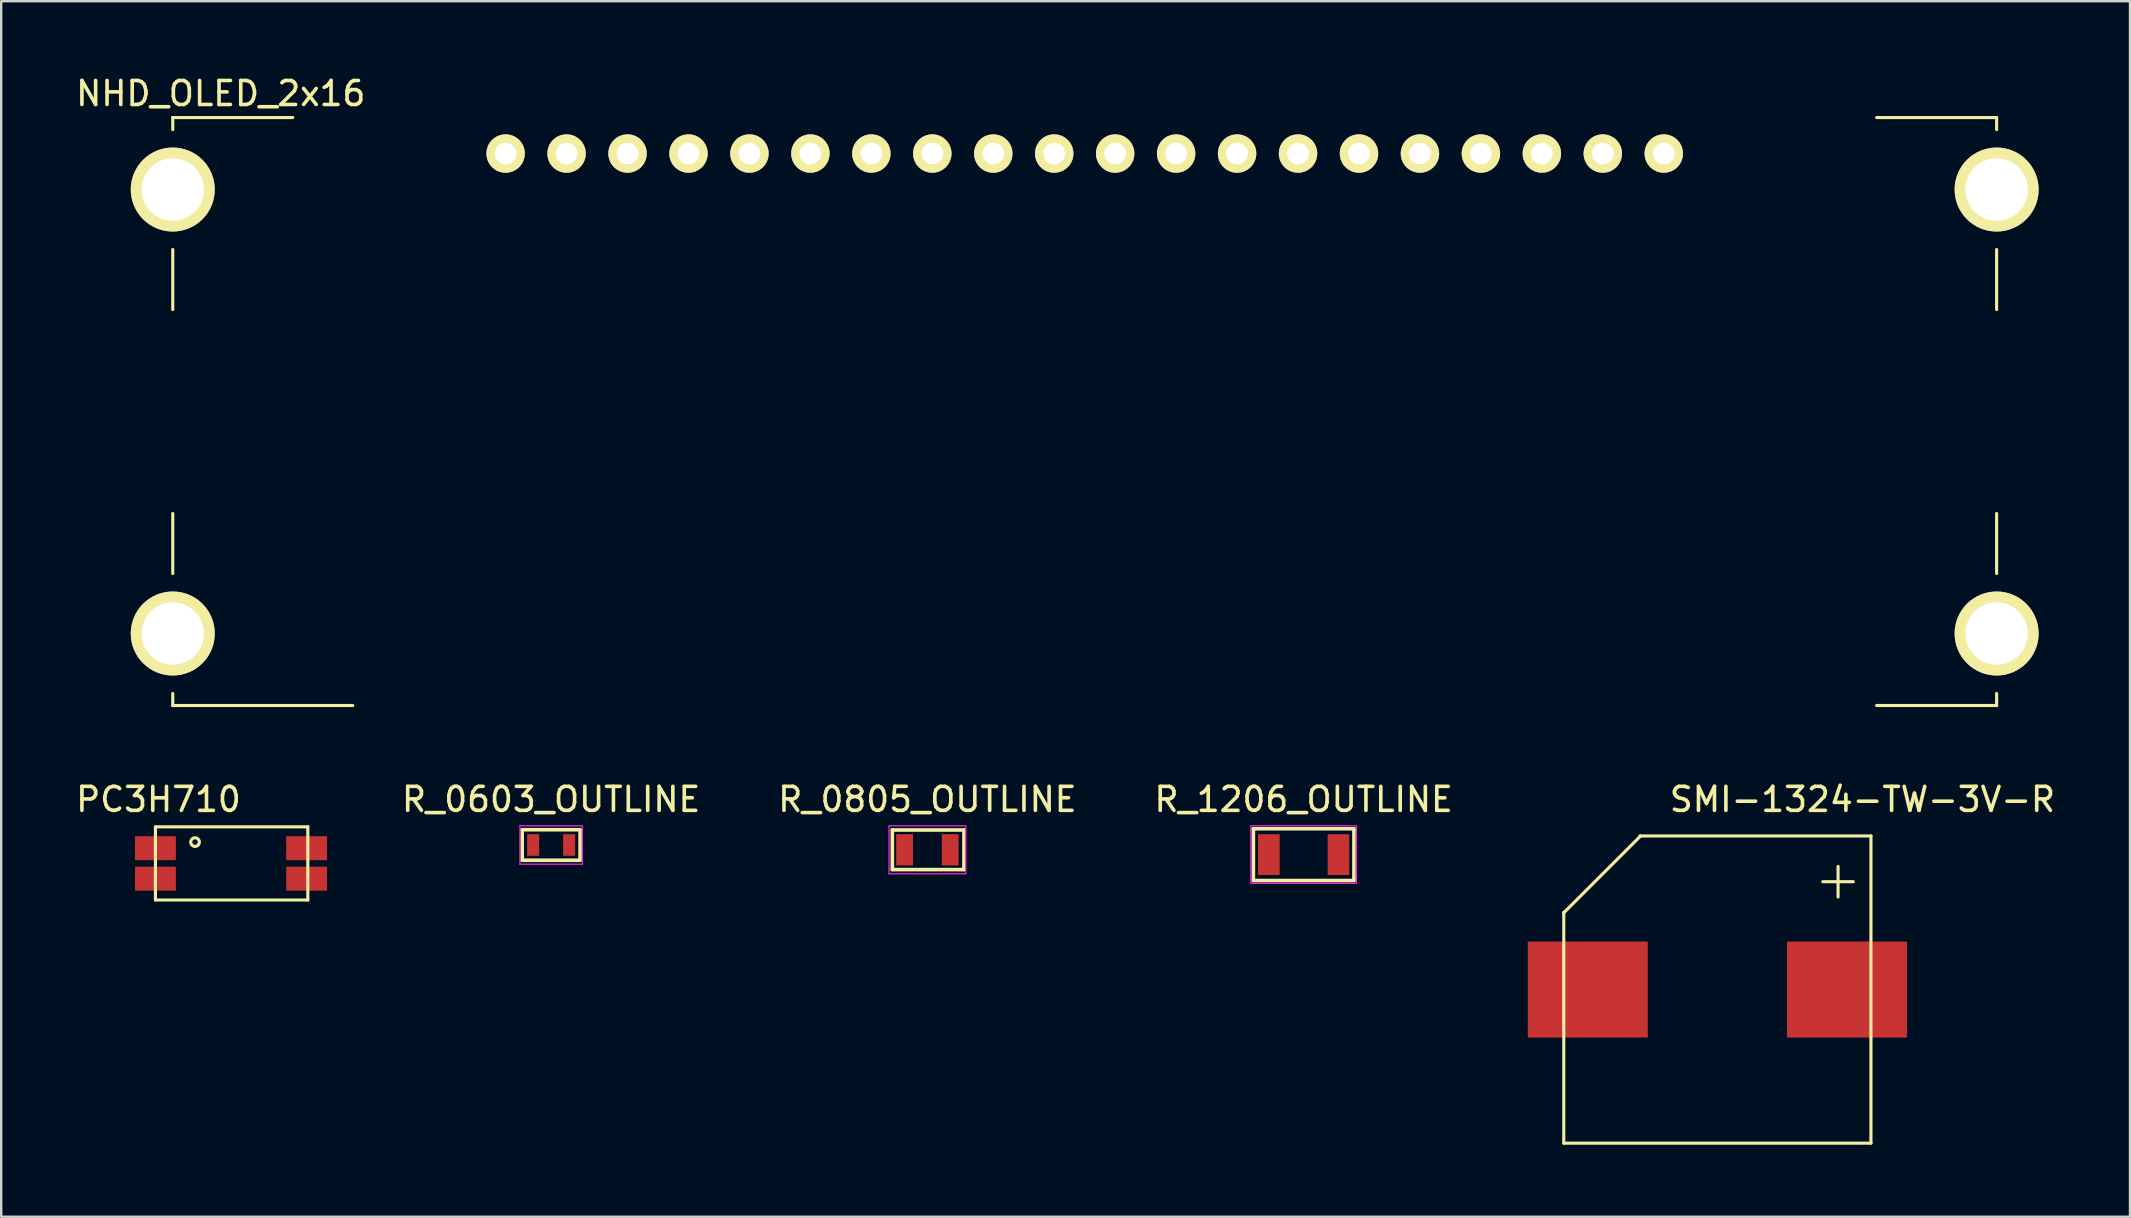
<source format=kicad_pcb>
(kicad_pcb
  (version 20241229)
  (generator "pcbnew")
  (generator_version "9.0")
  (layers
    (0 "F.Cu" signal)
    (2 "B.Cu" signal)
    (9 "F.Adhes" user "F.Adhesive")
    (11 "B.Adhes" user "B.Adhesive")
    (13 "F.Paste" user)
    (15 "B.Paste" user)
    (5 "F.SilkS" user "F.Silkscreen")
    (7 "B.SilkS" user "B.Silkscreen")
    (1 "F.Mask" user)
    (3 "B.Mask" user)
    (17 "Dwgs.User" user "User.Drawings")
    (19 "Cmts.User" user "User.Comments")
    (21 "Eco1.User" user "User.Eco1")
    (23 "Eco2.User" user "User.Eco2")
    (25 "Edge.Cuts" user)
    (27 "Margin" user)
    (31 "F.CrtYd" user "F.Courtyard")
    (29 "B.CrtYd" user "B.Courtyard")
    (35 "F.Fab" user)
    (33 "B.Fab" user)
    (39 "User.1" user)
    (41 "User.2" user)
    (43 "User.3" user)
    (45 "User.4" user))
  (footprint "R_1206_OUTLINE"
    (layer "F.Cu")
    (at 51.273 32.562)
    (property "Reference" "R_1206_OUTLINE" (at 0 -2.3 0) (layer "F.SilkS") (effects (font (size 1 1) (thickness 0.15))))
    (attr smd)
    (fp_line (start -2.095 -1.079) (end -2.095 -1.016) (stroke (width 0.15) (type solid)) (layer "F.SilkS"))
    (fp_line (start -2.095 -1.016) (end -2.095 1.079) (stroke (width 0.15) (type solid)) (layer "F.SilkS"))
    (fp_line (start -2.095 1.079) (end 2.095 1.079) (stroke (width 0.15) (type solid)) (layer "F.SilkS"))
    (fp_line (start 2.095 -1.079) (end -2.095 -1.079) (stroke (width 0.15) (type solid)) (layer "F.SilkS"))
    (fp_line (start 2.095 -1.016) (end 2.095 -1.079) (stroke (width 0.15) (type solid)) (layer "F.SilkS"))
    (fp_line (start 2.095 1.079) (end 2.095 -1.016) (stroke (width 0.15) (type solid)) (layer "F.SilkS"))
    (fp_line (start -2.2 -1.2) (end -2.2 1.2) (stroke (width 0.05) (type solid)) (layer "F.CrtYd"))
    (fp_line (start -2.2 -1.2) (end 2.2 -1.2) (stroke (width 0.05) (type solid)) (layer "F.CrtYd"))
    (fp_line (start -2.2 1.2) (end 2.2 1.2) (stroke (width 0.05) (type solid)) (layer "F.CrtYd"))
    (fp_line (start 2.2 -1.2) (end 2.2 1.2) (stroke (width 0.05) (type solid)) (layer "F.CrtYd"))
    (pad "1" smd rect (at -1.45 0) (size 0.9 1.7) (layers "F.Cu" "F.Mask" "F.Paste"))
    (pad "2" smd rect (at 1.45 0) (size 0.9 1.7) (layers "F.Cu" "F.Mask" "F.Paste")))
  (footprint "SMI-1324-TW-3V-R"
    (layer "F.Cu")
    (at 62.112 31.785)
    (property "Reference" "SMI-1324-TW-3V-R" (at 12.446 -1.524 0) (layer "F.SilkS") (effects (font (size 1 1) (thickness 0.15))))
    (attr through_hole)
    (fp_line (start 0 12.8) (end 0 3.175) (stroke (width 0.13) (type solid)) (layer "F.SilkS"))
    (fp_line (start 0 12.8) (end 12.8 12.8) (stroke (width 0.13) (type solid)) (layer "F.SilkS"))
    (fp_line (start 3.175 0) (end 12.8 0) (stroke (width 0.13) (type solid)) (layer "F.SilkS"))
    (fp_line (start 3.2 0) (end 0 3.2) (stroke (width 0.13) (type solid)) (layer "F.SilkS"))
    (fp_line (start 10.795 1.905) (end 12.065 1.905) (stroke (width 0.13) (type solid)) (layer "F.SilkS"))
    (fp_line (start 11.43 1.27) (end 11.43 2.54) (stroke (width 0.13) (type solid)) (layer "F.SilkS"))
    (fp_line (start 12.8 12.8) (end 12.8 0) (stroke (width 0.13) (type solid)) (layer "F.SilkS"))
    (pad "1" smd rect (at 1 6.4) (size 5 4) (layers "F.Cu" "F.Mask" "F.Paste"))
    (pad "2" smd rect (at 11.8 6.4) (size 5 4) (layers "F.Cu" "F.Mask" "F.Paste")))
  (footprint "R_0603_OUTLINE"
    (layer "F.Cu")
    (at 19.916 32.161)
    (property "Reference" "R_0603_OUTLINE" (at 0 -1.9 0) (layer "F.SilkS") (effects (font (size 1 1) (thickness 0.15))))
    (attr smd)
    (fp_line (start -1.206 -0.635) (end -1.206 0.635) (stroke (width 0.15) (type solid)) (layer "F.SilkS"))
    (fp_line (start -1.206 0.635) (end 1.206 0.635) (stroke (width 0.15) (type solid)) (layer "F.SilkS"))
    (fp_line (start 1.206 -0.635) (end -1.206 -0.635) (stroke (width 0.15) (type solid)) (layer "F.SilkS"))
    (fp_line (start 1.206 0.635) (end 1.206 -0.635) (stroke (width 0.15) (type solid)) (layer "F.SilkS"))
    (fp_line (start -1.3 -0.8) (end -1.3 0.8) (stroke (width 0.05) (type solid)) (layer "F.CrtYd"))
    (fp_line (start -1.3 -0.8) (end 1.3 -0.8) (stroke (width 0.05) (type solid)) (layer "F.CrtYd"))
    (fp_line (start -1.3 0.8) (end 1.3 0.8) (stroke (width 0.05) (type solid)) (layer "F.CrtYd"))
    (fp_line (start 1.3 -0.8) (end 1.3 0.8) (stroke (width 0.05) (type solid)) (layer "F.CrtYd"))
    (pad "1" smd rect (at -0.75 0) (size 0.5 0.9) (layers "F.Cu" "F.Mask" "F.Paste"))
    (pad "2" smd rect (at 0.75 0) (size 0.5 0.9) (layers "F.Cu" "F.Mask" "F.Paste")))
  (footprint "PC3H710"
    (layer "F.Cu")
    (at 3.427 32.294)
    (property "Reference" "PC3H710" (at 0.127 -2.032 0) (layer "F.SilkS") (effects (font (size 1 1) (thickness 0.15))))
    (attr through_hole)
    (fp_line (start 0 -0.889) (end 6.35 -0.889) (stroke (width 0.13) (type solid)) (layer "F.SilkS"))
    (fp_line (start 0 2.159) (end 0 -0.889) (stroke (width 0.13) (type solid)) (layer "F.SilkS"))
    (fp_line (start 6.35 -0.889) (end 6.35 2.159) (stroke (width 0.13) (type solid)) (layer "F.SilkS"))
    (fp_line (start 6.35 2.159) (end 0 2.159) (stroke (width 0.13) (type solid)) (layer "F.SilkS"))
    (fp_circle (center 1.651 -0.254) (end 1.778 -0.127) (stroke (width 0.13) (type solid)) (fill no) (layer "F.SilkS"))
    (pad "1" smd rect (at 0 0) (size 1.7 1) (layers "F.Cu" "F.Mask" "F.Paste"))
    (pad "2" smd rect (at 0 1.27) (size 1.7 1) (layers "F.Cu" "F.Mask" "F.Paste"))
    (pad "3" smd rect (at 6.3 1.27) (size 1.7 1) (layers "F.Cu" "F.Mask" "F.Paste"))
    (pad "4" smd rect (at 6.3 0) (size 1.7 1) (layers "F.Cu" "F.Mask" "F.Paste")))
  (footprint "R_0805_OUTLINE"
    (layer "F.Cu")
    (at 35.594 32.361)
    (property "Reference" "R_0805_OUTLINE" (at 0 -2.1 0) (layer "F.SilkS") (effects (font (size 1 1) (thickness 0.15))))
    (attr smd)
    (fp_line (start -1.46 -0.826) (end -1.46 0.826) (stroke (width 0.15) (type solid)) (layer "F.SilkS"))
    (fp_line (start -1.46 0.826) (end 1.524 0.826) (stroke (width 0.15) (type solid)) (layer "F.SilkS"))
    (fp_line (start 1.524 -0.826) (end -1.46 -0.826) (stroke (width 0.15) (type solid)) (layer "F.SilkS"))
    (fp_line (start 1.524 0.826) (end 1.524 -0.826) (stroke (width 0.15) (type solid)) (layer "F.SilkS"))
    (fp_line (start -1.6 -1) (end -1.6 1) (stroke (width 0.05) (type solid)) (layer "F.CrtYd"))
    (fp_line (start -1.6 -1) (end 1.6 -1) (stroke (width 0.05) (type solid)) (layer "F.CrtYd"))
    (fp_line (start -1.6 1) (end 1.6 1) (stroke (width 0.05) (type solid)) (layer "F.CrtYd"))
    (fp_line (start 1.6 -1) (end 1.6 1) (stroke (width 0.05) (type solid)) (layer "F.CrtYd"))
    (pad "1" smd rect (at -0.95 0) (size 0.7 1.3) (layers "F.Cu" "F.Mask" "F.Paste"))
    (pad "2" smd rect (at 0.95 0) (size 0.7 1.3) (layers "F.Cu" "F.Mask" "F.Paste")))
  (footprint "NHD_OLED_2x16"
    (layer "F.Cu")
    (at 4.149 1.848)
    (property "Reference" "NHD_OLED_2x16" (at 2 -1 0) (layer "F.SilkS") (effects (font (size 1 1) (thickness 0.15))))
    (attr through_hole)
    (fp_line (start 0 0) (end 0 0.5) (stroke (width 0.13) (type solid)) (layer "F.SilkS"))
    (fp_line (start 0 0) (end 5 0) (stroke (width 0.13) (type solid)) (layer "F.SilkS"))
    (fp_line (start 0 5.5) (end 0 8) (stroke (width 0.13) (type solid)) (layer "F.SilkS"))
    (fp_line (start 0 19) (end 0 16.5) (stroke (width 0.13) (type solid)) (layer "F.SilkS"))
    (fp_line (start 0 24.5) (end 0 24) (stroke (width 0.13) (type solid)) (layer "F.SilkS"))
    (fp_line (start 0 24.5) (end 7.5 24.5) (stroke (width 0.13) (type solid)) (layer "F.SilkS"))
    (fp_line (start 76 0) (end 71 0) (stroke (width 0.13) (type solid)) (layer "F.SilkS"))
    (fp_line (start 76 0) (end 76 0.5) (stroke (width 0.13) (type solid)) (layer "F.SilkS"))
    (fp_line (start 76 5.5) (end 76 8) (stroke (width 0.13) (type solid)) (layer "F.SilkS"))
    (fp_line (start 76 19) (end 76 16.5) (stroke (width 0.13) (type solid)) (layer "F.SilkS"))
    (fp_line (start 76 24.5) (end 71 24.5) (stroke (width 0.13) (type solid)) (layer "F.SilkS"))
    (fp_line (start 76 24.5) (end 76 24) (stroke (width 0.13) (type solid)) (layer "F.SilkS"))
    (pad "" thru_hole circle (at 0 3) (size 3.5 3.5) (drill 2.6) (layers "*.Cu" "*.Mask" "F.SilkS"))
    (pad "" thru_hole circle (at 0 21.5) (size 3.5 3.5) (drill 2.6) (layers "*.Cu" "*.Mask" "F.SilkS"))
    (pad "" thru_hole circle (at 76 3) (size 3.5 3.5) (drill 2.6) (layers "*.Cu" "*.Mask" "F.SilkS"))
    (pad "" thru_hole circle (at 76 21.5) (size 3.5 3.5) (drill 2.6) (layers "*.Cu" "*.Mask" "F.SilkS"))
    (pad "1" thru_hole circle (at 62.13 1.5) (size 1.6 1.6) (drill 0.9) (layers "*.Cu" "*.Mask" "F.SilkS"))
    (pad "2" thru_hole circle (at 59.59 1.5) (size 1.6 1.6) (drill 0.9) (layers "*.Cu" "*.Mask" "F.SilkS"))
    (pad "3" thru_hole circle (at 57.05 1.5) (size 1.6 1.6) (drill 0.9) (layers "*.Cu" "*.Mask" "F.SilkS"))
    (pad "4" thru_hole circle (at 54.51 1.5) (size 1.6 1.6) (drill 0.9) (layers "*.Cu" "*.Mask" "F.SilkS"))
    (pad "5" thru_hole circle (at 51.97 1.5) (size 1.6 1.6) (drill 0.9) (layers "*.Cu" "*.Mask" "F.SilkS"))
    (pad "6" thru_hole circle (at 49.43 1.5) (size 1.6 1.6) (drill 0.9) (layers "*.Cu" "*.Mask" "F.SilkS"))
    (pad "7" thru_hole circle (at 46.89 1.5) (size 1.6 1.6) (drill 0.9) (layers "*.Cu" "*.Mask" "F.SilkS"))
    (pad "8" thru_hole circle (at 44.35 1.5) (size 1.6 1.6) (drill 0.9) (layers "*.Cu" "*.Mask" "F.SilkS"))
    (pad "9" thru_hole circle (at 41.81 1.5) (size 1.6 1.6) (drill 0.9) (layers "*.Cu" "*.Mask" "F.SilkS"))
    (pad "10" thru_hole circle (at 39.27 1.5) (size 1.6 1.6) (drill 0.9) (layers "*.Cu" "*.Mask" "F.SilkS"))
    (pad "11" thru_hole circle (at 36.73 1.5) (size 1.6 1.6) (drill 0.9) (layers "*.Cu" "*.Mask" "F.SilkS"))
    (pad "12" thru_hole circle (at 34.19 1.5) (size 1.6 1.6) (drill 0.9) (layers "*.Cu" "*.Mask" "F.SilkS"))
    (pad "13" thru_hole circle (at 31.65 1.5) (size 1.6 1.6) (drill 0.9) (layers "*.Cu" "*.Mask" "F.SilkS"))
    (pad "14" thru_hole circle (at 29.11 1.5) (size 1.6 1.6) (drill 0.9) (layers "*.Cu" "*.Mask" "F.SilkS"))
    (pad "15" thru_hole circle (at 26.57 1.5) (size 1.6 1.6) (drill 0.9) (layers "*.Cu" "*.Mask" "F.SilkS"))
    (pad "16" thru_hole circle (at 24.03 1.5) (size 1.6 1.6) (drill 0.9) (layers "*.Cu" "*.Mask" "F.SilkS"))
    (pad "17" thru_hole circle (at 21.49 1.5) (size 1.6 1.6) (drill 0.9) (layers "*.Cu" "*.Mask" "F.SilkS"))
    (pad "18" thru_hole circle (at 18.95 1.5) (size 1.6 1.6) (drill 0.9) (layers "*.Cu" "*.Mask" "F.SilkS"))
    (pad "19" thru_hole circle (at 16.41 1.5) (size 1.6 1.6) (drill 0.9) (layers "*.Cu" "*.Mask" "F.SilkS"))
    (pad "20" thru_hole circle (at 13.87 1.5) (size 1.6 1.6) (drill 0.9) (layers "*.Cu" "*.Mask" "F.SilkS")))
  (gr_rect
    (start -3 -3)
    (end 85.707 47.651)
    (stroke (width 0.1) (type default))
    (fill no)
    (layer "Edge.Cuts")))
</source>
